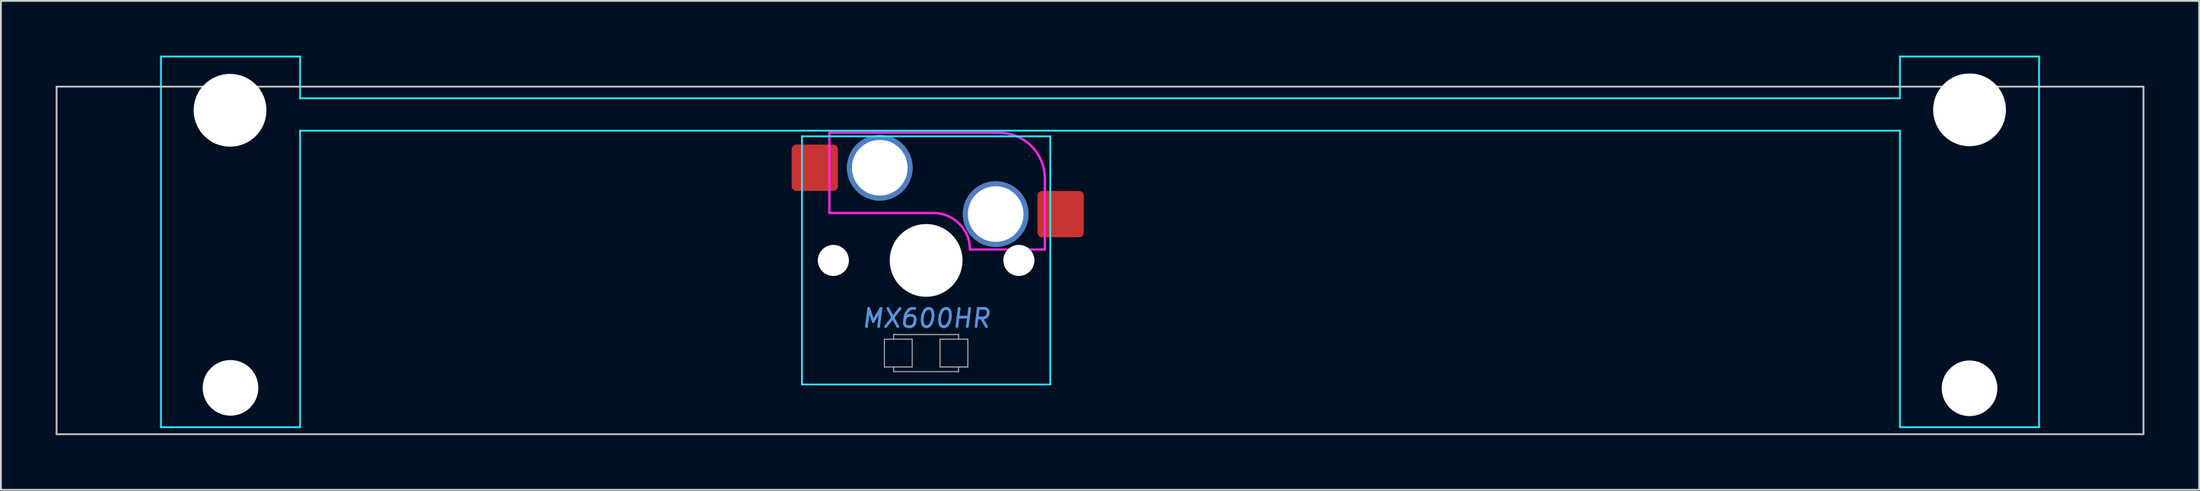
<source format=kicad_pcb>
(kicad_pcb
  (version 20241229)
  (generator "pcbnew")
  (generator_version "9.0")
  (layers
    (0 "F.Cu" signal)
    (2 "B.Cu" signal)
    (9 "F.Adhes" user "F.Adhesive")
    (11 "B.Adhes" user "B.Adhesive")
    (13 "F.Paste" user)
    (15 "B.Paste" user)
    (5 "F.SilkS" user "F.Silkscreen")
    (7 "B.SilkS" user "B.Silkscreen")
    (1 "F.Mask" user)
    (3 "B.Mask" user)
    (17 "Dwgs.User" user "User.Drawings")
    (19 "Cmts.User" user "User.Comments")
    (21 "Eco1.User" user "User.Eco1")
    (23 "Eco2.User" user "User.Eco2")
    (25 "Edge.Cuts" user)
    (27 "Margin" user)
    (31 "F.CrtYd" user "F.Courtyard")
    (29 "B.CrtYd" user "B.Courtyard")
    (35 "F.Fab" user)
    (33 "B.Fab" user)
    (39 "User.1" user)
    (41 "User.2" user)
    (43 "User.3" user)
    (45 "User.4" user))
  (footprint "MX600HR"
    (layer "F.Cu")
    (at 47.675 11.226)
    (property "Reference" "MX600HR" (at 0 3.175 0) (layer "Cmts.User") (effects (font (size 1 1) (thickness 0.15) (italic yes))))
    (attr smd)
    (fp_line (start -47.625 -9.525) (end -47.625 9.525) (stroke (width 0.1) (type solid)) (layer "Dwgs.User"))
    (fp_line (start -47.625 -9.525) (end 66.675 -9.525) (stroke (width 0.1) (type solid)) (layer "Dwgs.User"))
    (fp_line (start -47.625 9.525) (end 66.675 9.525) (stroke (width 0.1) (type solid)) (layer "Dwgs.User"))
    (fp_line (start -2.286 4.318) (end -0.762 4.318) (stroke (width 0.051) (type solid)) (layer "Dwgs.User"))
    (fp_line (start -2.286 5.842) (end -2.286 4.318) (stroke (width 0.051) (type solid)) (layer "Dwgs.User"))
    (fp_line (start -1.778 4.064) (end 1.778 4.064) (stroke (width 0.051) (type solid)) (layer "Dwgs.User"))
    (fp_line (start -1.778 4.318) (end -1.778 4.064) (stroke (width 0.051) (type solid)) (layer "Dwgs.User"))
    (fp_line (start -1.778 6.096) (end -1.778 5.842) (stroke (width 0.051) (type solid)) (layer "Dwgs.User"))
    (fp_line (start -0.762 4.318) (end -0.762 5.842) (stroke (width 0.051) (type solid)) (layer "Dwgs.User"))
    (fp_line (start -0.762 5.842) (end -2.286 5.842) (stroke (width 0.051) (type solid)) (layer "Dwgs.User"))
    (fp_line (start 0.762 4.318) (end 2.286 4.318) (stroke (width 0.051) (type solid)) (layer "Dwgs.User"))
    (fp_line (start 0.762 5.842) (end 0.762 4.318) (stroke (width 0.051) (type solid)) (layer "Dwgs.User"))
    (fp_line (start 1.778 4.064) (end 1.778 4.318) (stroke (width 0.051) (type solid)) (layer "Dwgs.User"))
    (fp_line (start 1.778 5.842) (end 1.778 6.096) (stroke (width 0.051) (type solid)) (layer "Dwgs.User"))
    (fp_line (start 1.778 6.096) (end -1.778 6.096) (stroke (width 0.051) (type solid)) (layer "Dwgs.User"))
    (fp_line (start 2.286 4.318) (end 2.286 5.842) (stroke (width 0.051) (type solid)) (layer "Dwgs.User"))
    (fp_line (start 2.286 5.842) (end 0.762 5.842) (stroke (width 0.051) (type solid)) (layer "Dwgs.User"))
    (fp_line (start 66.675 -9.525) (end 66.675 9.525) (stroke (width 0.1) (type solid)) (layer "Dwgs.User"))
    (fp_line (start -41.6 -8.515) (end -41.6 5.485) (stroke (width 0.1) (type solid)) (layer "Eco1.User"))
    (fp_line (start -41.1 -9.015) (end -35.1 -9.015) (stroke (width 0.1) (type solid)) (layer "Eco1.User"))
    (fp_line (start -35.1 5.985) (end -41.1 5.985) (stroke (width 0.1) (type solid)) (layer "Eco1.User"))
    (fp_line (start -34.6 5.485) (end -34.6 -8.515) (stroke (width 0.1) (type solid)) (layer "Eco1.User"))
    (fp_line (start -7 -6.5) (end -7 6.5) (stroke (width 0.1) (type solid)) (layer "Eco1.User"))
    (fp_line (start -6.5 7) (end 6.5 7) (stroke (width 0.1) (type solid)) (layer "Eco1.User"))
    (fp_line (start 6.5 -7) (end -6.5 -7) (stroke (width 0.1) (type solid)) (layer "Eco1.User"))
    (fp_line (start 7 6.5) (end 7 -6.5) (stroke (width 0.1) (type solid)) (layer "Eco1.User"))
    (fp_line (start 53.65 -8.515) (end 53.65 5.485) (stroke (width 0.1) (type solid)) (layer "Eco1.User"))
    (fp_line (start 54.15 -9.015) (end 60.15 -9.015) (stroke (width 0.1) (type solid)) (layer "Eco1.User"))
    (fp_line (start 60.15 5.985) (end 54.15 5.985) (stroke (width 0.1) (type solid)) (layer "Eco1.User"))
    (fp_line (start 60.65 5.485) (end 60.65 -8.515) (stroke (width 0.1) (type solid)) (layer "Eco1.User"))
    (fp_arc (start -41.6 -8.515) (mid -41.453553 -8.868553) (end -41.1 -9.015) (stroke (width 0.1) (type solid)) (layer "Eco1.User"))
    (fp_arc (start -41.1 5.985) (mid -41.453553 5.838553) (end -41.6 5.485) (stroke (width 0.1) (type solid)) (layer "Eco1.User"))
    (fp_arc (start -35.1 -9.015) (mid -34.746447 -8.868553) (end -34.6 -8.515) (stroke (width 0.1) (type solid)) (layer "Eco1.User"))
    (fp_arc (start -34.6 5.485) (mid -34.746447 5.838553) (end -35.1 5.985) (stroke (width 0.1) (type solid)) (layer "Eco1.User"))
    (fp_arc (start -7 -6.5) (mid -6.853553 -6.853553) (end -6.5 -7) (stroke (width 0.1) (type solid)) (layer "Eco1.User"))
    (fp_arc (start -6.5 7) (mid -6.853553 6.853553) (end -7 6.5) (stroke (width 0.1) (type solid)) (layer "Eco1.User"))
    (fp_arc (start 6.5 -7) (mid 6.853553 -6.853553) (end 7 -6.5) (stroke (width 0.1) (type solid)) (layer "Eco1.User"))
    (fp_arc (start 7 6.5) (mid 6.853553 6.853553) (end 6.5 7) (stroke (width 0.1) (type solid)) (layer "Eco1.User"))
    (fp_arc (start 53.65 -8.515) (mid 53.796447 -8.868553) (end 54.15 -9.015) (stroke (width 0.1) (type solid)) (layer "Eco1.User"))
    (fp_arc (start 54.15 5.985) (mid 53.796447 5.838553) (end 53.65 5.485) (stroke (width 0.1) (type solid)) (layer "Eco1.User"))
    (fp_arc (start 60.15 -9.015) (mid 60.503553 -8.868553) (end 60.65 -8.515) (stroke (width 0.1) (type solid)) (layer "Eco1.User"))
    (fp_arc (start 60.65 5.485) (mid 60.503553 5.838553) (end 60.15 5.985) (stroke (width 0.1) (type solid)) (layer "Eco1.User"))
    (fp_line (start -41.91 -11.176) (end -34.29 -11.176) (stroke (width 0.1) (type solid)) (layer "B.CrtYd"))
    (fp_line (start -41.91 9.144) (end -41.91 -11.176) (stroke (width 0.1) (type solid)) (layer "B.CrtYd"))
    (fp_line (start -41.91 9.144) (end -34.29 9.144) (stroke (width 0.1) (type solid)) (layer "B.CrtYd"))
    (fp_line (start -34.29 -8.89) (end -34.29 -11.176) (stroke (width 0.1) (type solid)) (layer "B.CrtYd"))
    (fp_line (start -34.29 -7.112) (end -34.29 9.144) (stroke (width 0.1) (type solid)) (layer "B.CrtYd"))
    (fp_line (start -6.8 -6.8) (end -6.8 6.8) (stroke (width 0.1) (type solid)) (layer "B.CrtYd"))
    (fp_line (start 6.8 -6.8) (end -6.8 -6.8) (stroke (width 0.1) (type solid)) (layer "B.CrtYd"))
    (fp_line (start 6.8 -6.8) (end 6.8 6.8) (stroke (width 0.1) (type solid)) (layer "B.CrtYd"))
    (fp_line (start 6.8 6.8) (end -6.8 6.8) (stroke (width 0.1) (type solid)) (layer "B.CrtYd"))
    (fp_line (start 53.34 -8.89) (end -34.29 -8.89) (stroke (width 0.1) (type solid)) (layer "B.CrtYd"))
    (fp_line (start 53.34 -8.89) (end 53.34 -11.176) (stroke (width 0.1) (type solid)) (layer "B.CrtYd"))
    (fp_line (start 53.34 -7.112) (end -34.29 -7.112) (stroke (width 0.1) (type solid)) (layer "B.CrtYd"))
    (fp_line (start 53.34 -7.112) (end 53.34 9.144) (stroke (width 0.1) (type solid)) (layer "B.CrtYd"))
    (fp_line (start 60.96 -11.176) (end 53.34 -11.176) (stroke (width 0.1) (type solid)) (layer "B.CrtYd"))
    (fp_line (start 60.96 9.144) (end 53.34 9.144) (stroke (width 0.1) (type solid)) (layer "B.CrtYd"))
    (fp_line (start 60.96 9.144) (end 60.96 -11.176) (stroke (width 0.1) (type solid)) (layer "B.CrtYd"))
    (fp_line (start -5.3 -7) (end -5.3 -2.6) (stroke (width 0.127) (type solid)) (layer "F.CrtYd"))
    (fp_line (start -5.2 -7) (end -5.3 -7) (stroke (width 0.12) (type solid)) (layer "F.CrtYd"))
    (fp_line (start 0.4 -2.6) (end -5.3 -2.6) (stroke (width 0.127) (type solid)) (layer "F.CrtYd"))
    (fp_line (start 4 -7) (end -5.2 -7) (stroke (width 0.12) (type solid)) (layer "F.CrtYd"))
    (fp_line (start 6.5 -4.5) (end 6.5 -0.6) (stroke (width 0.127) (type solid)) (layer "F.CrtYd"))
    (fp_line (start 6.5 -0.6) (end 2.4 -0.6) (stroke (width 0.12) (type solid)) (layer "F.CrtYd"))
    (fp_arc (start 0.4 -2.6) (mid 1.814214 -2.014214) (end 2.4 -0.6) (stroke (width 0.127) (type solid)) (layer "F.CrtYd"))
    (fp_arc (start 4 -7) (mid 5.767767 -6.267767) (end 6.5 -4.5) (stroke (width 0.127) (type solid)) (layer "F.CrtYd"))
    (pad "" np_thru_hole circle (at -38.125 -8.23 180) (size 3.988 3.988) (drill 3.988) (layers "*.Cu" "*.Mask"))
    (pad "" np_thru_hole circle (at -38.1 6.985 180) (size 3.048 3.048) (drill 3.048) (layers "*.Cu" "*.Mask"))
    (pad "" np_thru_hole circle (at -5.08 0) (size 1.702 1.702) (drill 1.702) (layers "*.Cu" "*.Mask"))
    (pad "" thru_hole circle (at -2.54 -5.08) (size 3.6 3.6) (drill 3.048) (layers "*.Cu" "*.Mask"))
    (pad "" np_thru_hole circle (at 0 0) (size 3.988 3.988) (drill 3.988) (layers "*.Cu" "*.Mask"))
    (pad "" thru_hole circle (at 3.81 -2.54) (size 3.6 3.6) (drill 3.048) (layers "*.Cu" "*.Mask"))
    (pad "" np_thru_hole circle (at 5.08 0) (size 1.702 1.702) (drill 1.702) (layers "*.Cu" "*.Mask"))
    (pad "" np_thru_hole circle (at 57.15 -8.255 180) (size 3.988 3.988) (drill 3.988) (layers "*.Cu" "*.Mask"))
    (pad "" np_thru_hole circle (at 57.15 7.01 180) (size 3.048 3.048) (drill 3.048) (layers "*.Cu" "*.Mask"))
    (pad "1" smd roundrect (at -6.096 -5.08) (size 2.54 2.54) (layers "F.Cu" "F.Mask") (roundrect_rratio 0.1))
    (pad "2" smd roundrect (at 7.366 -2.54) (size 2.54 2.54) (layers "F.Cu" "F.Mask") (roundrect_rratio 0.1)))
  (gr_rect
    (start -3 -3)
    (end 117.4 23.801)
    (stroke (width 0.1) (type default))
    (fill no)
    (layer "Edge.Cuts")))
</source>
